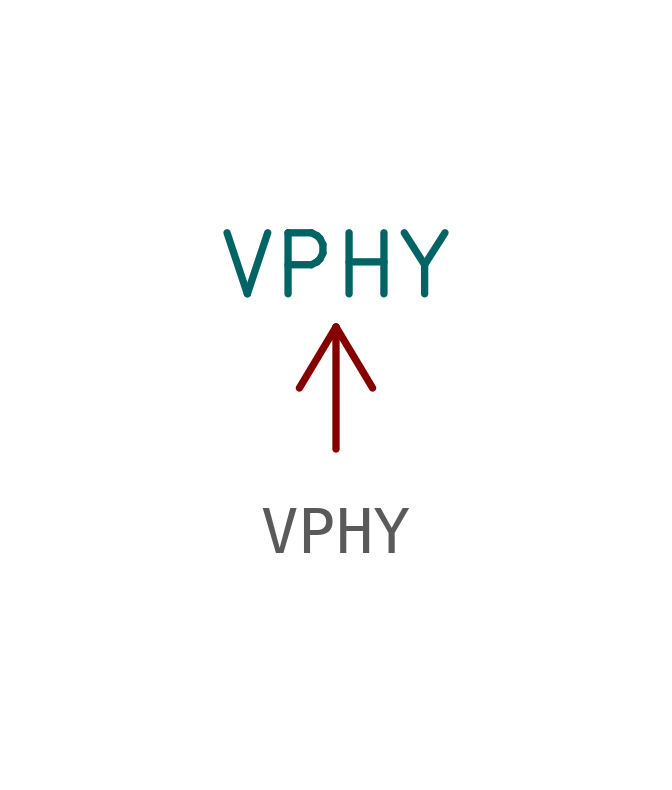
<source format=kicad_sym>
(kicad_symbol_lib
  (version 20211014)
  (generator kicad_symbol_editor)
  (symbol "VPHY"
    (power)
    (pin_names
      (offset 0))
    (property "Reference" "#PWR"
      (at 0 -3.81 0)
      (effects (font (size 1.27 1.27)) hide))
    (property "Value" "VPHY"
      (at 0 3.81 0)
      (effects (font (size 1.27 1.27))))
    (symbol "VPHY_0_1"
      (polyline (pts (xy -0.762 1.27) (xy 0 2.54)) (stroke (width 0) (type default) (color 0 0 0 0)) (fill (type none)))
      (polyline (pts (xy 0 0) (xy 0 2.54)) (stroke (width 0) (type default) (color 0 0 0 0)) (fill (type none)))
      (polyline (pts (xy 0 2.54) (xy 0.762 1.27)) (stroke (width 0) (type default) (color 0 0 0 0)) (fill (type none))))
    (symbol "VPHY_1_1"
      (pin power_in line (at 0 0 90) (length 0) hide (name "VPHY" (effects (font (size 1.27 1.27)))) (number "1" (effects (font (size 1.27 1.27))))))))
</source>
